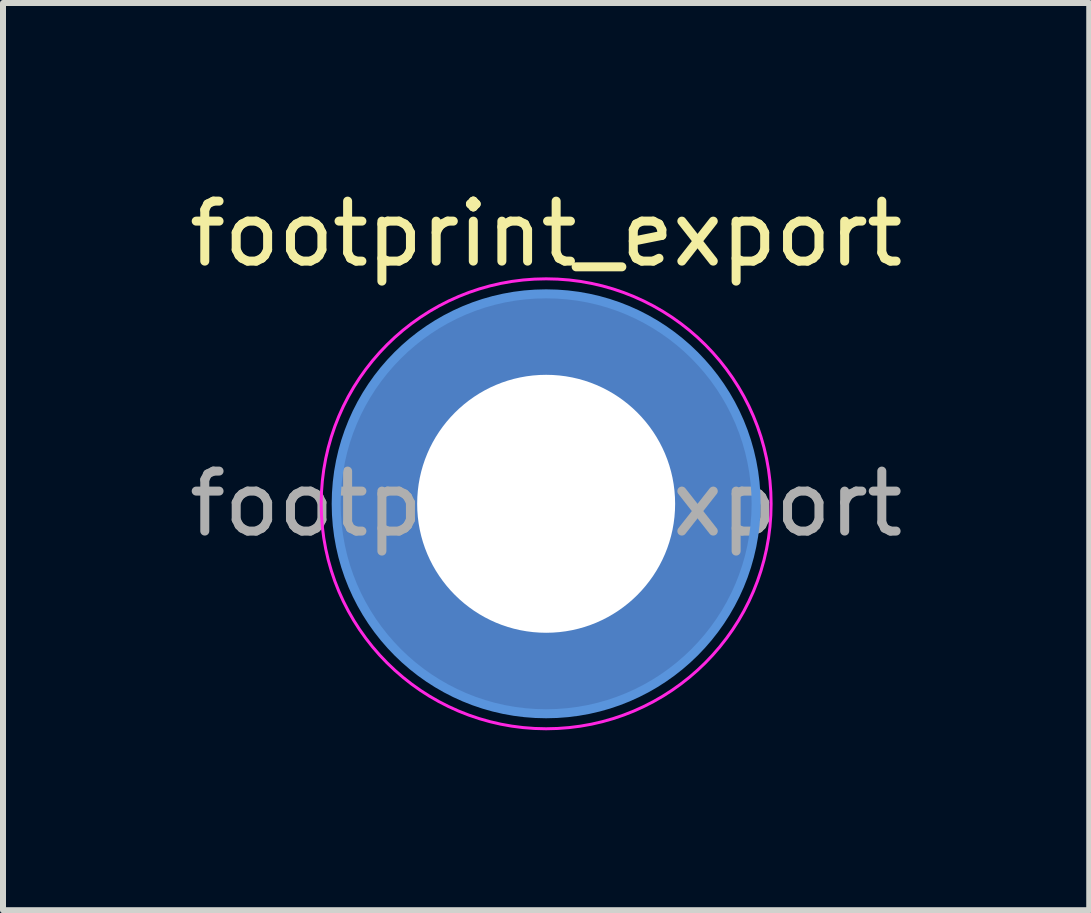
<source format=kicad_pcb>
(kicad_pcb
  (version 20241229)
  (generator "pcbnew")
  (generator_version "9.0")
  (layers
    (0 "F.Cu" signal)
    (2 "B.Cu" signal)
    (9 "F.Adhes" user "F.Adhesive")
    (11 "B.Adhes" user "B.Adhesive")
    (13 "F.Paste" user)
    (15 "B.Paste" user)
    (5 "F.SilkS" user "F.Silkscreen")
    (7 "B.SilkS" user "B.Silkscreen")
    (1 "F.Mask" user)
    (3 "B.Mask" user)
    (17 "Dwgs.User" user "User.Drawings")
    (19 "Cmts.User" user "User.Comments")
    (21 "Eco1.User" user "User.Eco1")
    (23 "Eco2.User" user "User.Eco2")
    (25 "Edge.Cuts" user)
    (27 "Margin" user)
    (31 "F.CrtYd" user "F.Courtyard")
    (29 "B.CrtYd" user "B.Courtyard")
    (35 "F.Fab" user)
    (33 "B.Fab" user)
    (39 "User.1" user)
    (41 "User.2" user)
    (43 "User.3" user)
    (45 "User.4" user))
  (footprint "footprint_export"
    (layer "F.Cu")
    (at 6.054 5.348)
    (property "Reference" "footprint_export" (at 0 -4.5 0) (layer "F.SilkS") (effects (font (size 1 1) (thickness 0.15))))
    (attr exclude_from_pos_files exclude_from_bom)
    (fp_circle (center 0 0) (end 3.5 0) (stroke (width 0.15) (type solid)) (fill no) (layer "Cmts.User"))
    (fp_circle (center 0 0) (end 3.75 0) (stroke (width 0.05) (type solid)) (fill no) (layer "F.CrtYd"))
    (fp_text user "${REFERENCE}" (at 0 0 0) (layer "F.Fab") (effects (font (size 1 1) (thickness 0.15))))
    (pad "1" thru_hole circle (at 0 0) (size 7 7) (drill 4.3) (layers "*.Cu" "*.Mask")))
  (gr_rect
    (start -3 -3)
    (end 15.107 12.123)
    (stroke (width 0.1) (type default))
    (fill no)
    (layer "Edge.Cuts")))
</source>
